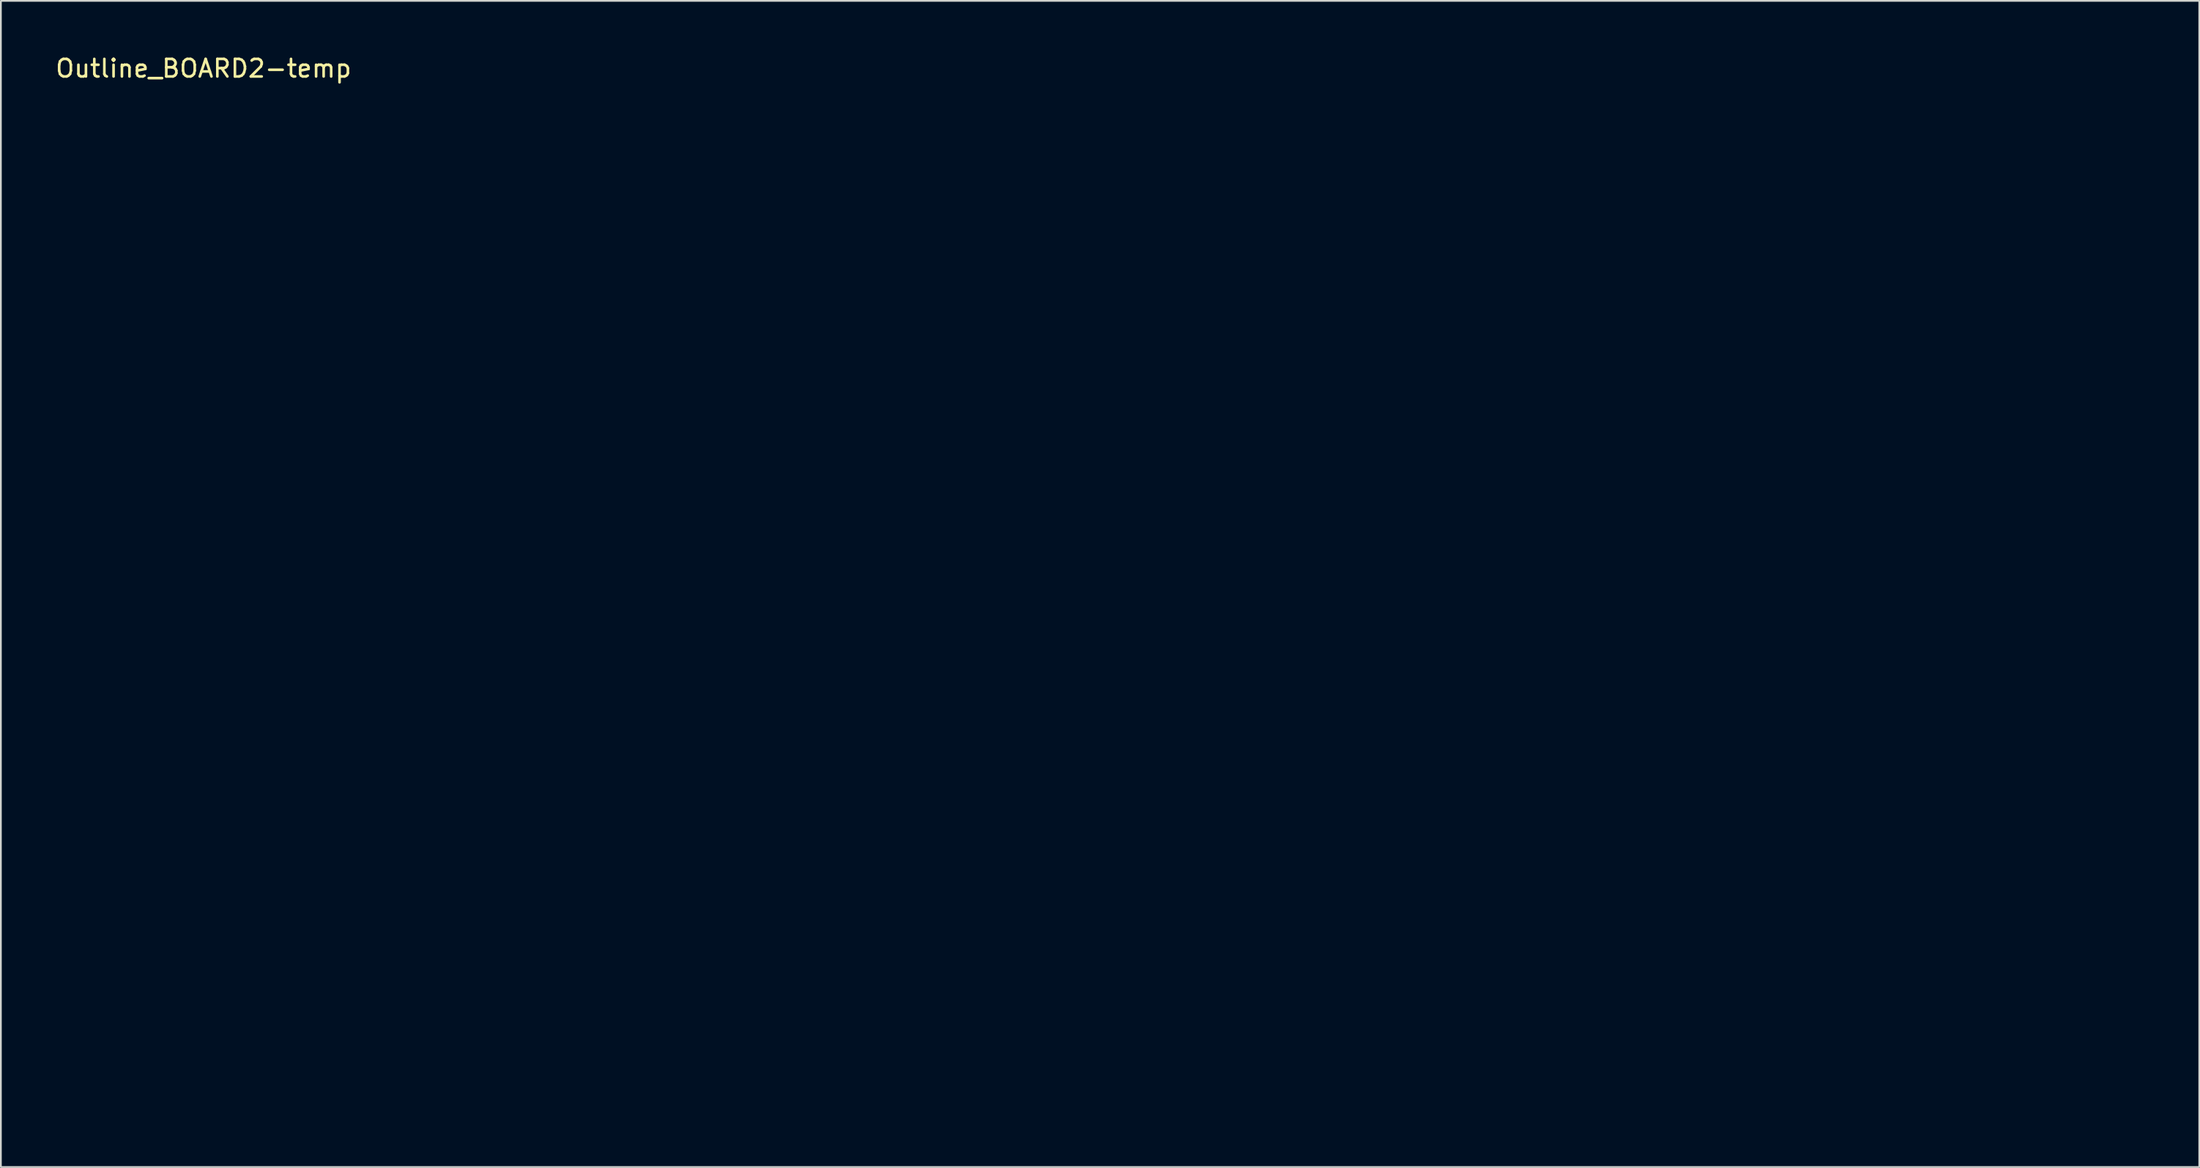
<source format=kicad_pcb>
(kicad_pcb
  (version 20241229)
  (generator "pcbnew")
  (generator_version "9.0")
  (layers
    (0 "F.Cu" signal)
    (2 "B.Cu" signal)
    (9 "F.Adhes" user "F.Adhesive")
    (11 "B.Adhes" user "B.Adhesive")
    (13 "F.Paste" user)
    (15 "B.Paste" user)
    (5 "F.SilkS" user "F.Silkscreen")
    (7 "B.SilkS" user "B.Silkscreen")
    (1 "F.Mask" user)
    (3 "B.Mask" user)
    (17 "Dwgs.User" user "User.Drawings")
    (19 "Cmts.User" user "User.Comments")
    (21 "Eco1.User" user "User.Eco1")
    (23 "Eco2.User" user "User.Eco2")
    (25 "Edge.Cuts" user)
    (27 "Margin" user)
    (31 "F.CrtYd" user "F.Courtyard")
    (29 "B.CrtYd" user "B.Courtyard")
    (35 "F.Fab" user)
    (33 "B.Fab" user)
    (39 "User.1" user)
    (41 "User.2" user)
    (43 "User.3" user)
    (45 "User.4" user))
  (footprint "Outline_BOARD2-temp"
    (layer "F.Cu")
    (at 8.53 1.348)
    (property "Reference" "Outline_BOARD2-temp" (at 0 -0.5 0) (unlocked yes) (layer "F.SilkS") (effects (font (size 1 1) (thickness 0.15))))
    (attr smd)
    (fp_line (start 0 7.5) (end 0 51.5) (stroke (width 0.1) (type solid)) (layer "User.1"))
    (fp_line (start 1 6.5) (end 3 6.5) (stroke (width 0.1) (type solid)) (layer "User.1"))
    (fp_line (start 1 52.5) (end 3 52.5) (stroke (width 0.1) (type solid)) (layer "User.1"))
    (fp_line (start 6.5 3) (end 6.5 1) (stroke (width 0.1) (type solid)) (layer "User.1"))
    (fp_line (start 6.5 56) (end 6.5 58) (stroke (width 0.1) (type solid)) (layer "User.1"))
    (fp_line (start 7.5 0) (end 101.5 0) (stroke (width 0.1) (type solid)) (layer "User.1"))
    (fp_line (start 7.5 59) (end 101.5 59) (stroke (width 0.1) (type solid)) (layer "User.1"))
    (fp_line (start 12.45 10.2) (end 12.45 12) (stroke (width 0.1) (type solid)) (layer "User.1"))
    (fp_line (start 12.45 19) (end 12.45 20.8) (stroke (width 0.1) (type solid)) (layer "User.1"))
    (fp_line (start 14.55 10.2) (end 12.45 10.2) (stroke (width 0.1) (type solid)) (layer "User.1"))
    (fp_line (start 14.55 10.2) (end 14.55 12) (stroke (width 0.1) (type solid)) (layer "User.1"))
    (fp_line (start 14.55 12) (end 12.45 12) (stroke (width 0.1) (type solid)) (layer "User.1"))
    (fp_line (start 14.55 19) (end 12.45 19) (stroke (width 0.1) (type solid)) (layer "User.1"))
    (fp_line (start 14.55 19) (end 14.55 20.8) (stroke (width 0.1) (type solid)) (layer "User.1"))
    (fp_line (start 14.55 20.8) (end 12.45 20.8) (stroke (width 0.1) (type solid)) (layer "User.1"))
    (fp_line (start 18.7 50.45) (end 19.3 50.45) (stroke (width 0.1) (type solid)) (layer "User.1"))
    (fp_line (start 18.7 51.55) (end 19.3 51.55) (stroke (width 0.1) (type solid)) (layer "User.1"))
    (fp_line (start 18.7 55.45) (end 19.3 55.45) (stroke (width 0.1) (type solid)) (layer "User.1"))
    (fp_line (start 18.7 56.55) (end 19.3 56.55) (stroke (width 0.1) (type solid)) (layer "User.1"))
    (fp_line (start 102.5 3) (end 102.5 1) (stroke (width 0.1) (type solid)) (layer "User.1"))
    (fp_line (start 102.5 56) (end 102.5 58) (stroke (width 0.1) (type solid)) (layer "User.1"))
    (fp_line (start 104.7 24.88) (end 105.8 24.88) (stroke (width 0.1) (type solid)) (layer "User.1"))
    (fp_line (start 104.7 25.48) (end 105.8 25.48) (stroke (width 0.1) (type solid)) (layer "User.1"))
    (fp_line (start 104.7 33.52) (end 105.8 33.52) (stroke (width 0.1) (type solid)) (layer "User.1"))
    (fp_line (start 104.7 34.12) (end 105.8 34.12) (stroke (width 0.1) (type solid)) (layer "User.1"))
    (fp_line (start 109 24.88) (end 109.8 24.88) (stroke (width 0.1) (type solid)) (layer "User.1"))
    (fp_line (start 109 25.48) (end 109.8 25.48) (stroke (width 0.1) (type solid)) (layer "User.1"))
    (fp_line (start 109 33.52) (end 109.8 33.52) (stroke (width 0.1) (type solid)) (layer "User.1"))
    (fp_line (start 109 34.12) (end 109.8 34.12) (stroke (width 0.1) (type solid)) (layer "User.1"))
    (fp_line (start 109.5 6.5) (end 106 6.5) (stroke (width 0.1) (type solid)) (layer "User.1"))
    (fp_line (start 109.5 52.5) (end 106 52.5) (stroke (width 0.1) (type solid)) (layer "User.1"))
    (fp_line (start 110.5 51.5) (end 110.5 7.5) (stroke (width 0.1) (type solid)) (layer "User.1"))
    (fp_arc (start 0 7.5) (mid 0.292878 6.792878) (end 1 6.5) (stroke (width 0.1) (type solid)) (layer "User.1"))
    (fp_arc (start 1 52.5) (mid 0.29288 52.207121) (end 0 51.5) (stroke (width 0.1) (type solid)) (layer "User.1"))
    (fp_arc (start 3 52.5) (mid 5.474825 53.525146) (end 6.5 56) (stroke (width 0.1) (type solid)) (layer "User.1"))
    (fp_arc (start 6.5 1) (mid 6.792878 0.292878) (end 7.5 0) (stroke (width 0.1) (type solid)) (layer "User.1"))
    (fp_arc (start 6.5 3) (mid 5.474894 5.474923) (end 3 6.5) (stroke (width 0.1) (type solid)) (layer "User.1"))
    (fp_arc (start 7.5 59) (mid 6.79288 58.707121) (end 6.5 58) (stroke (width 0.1) (type solid)) (layer "User.1"))
    (fp_arc (start 18.7 51.55) (mid 18.150002 51.00005) (end 18.7 50.45) (stroke (width 0.1) (type solid)) (layer "User.1"))
    (fp_arc (start 18.7 56.55) (mid 18.150002 56.00005) (end 18.7 55.45) (stroke (width 0.1) (type solid)) (layer "User.1"))
    (fp_arc (start 19.3 50.45) (mid 19.850002 51.00005) (end 19.3 51.55) (stroke (width 0.1) (type solid)) (layer "User.1"))
    (fp_arc (start 19.3 55.45) (mid 19.850002 56.00005) (end 19.3 56.55) (stroke (width 0.1) (type solid)) (layer "User.1"))
    (fp_arc (start 101.5 0) (mid 102.207058 0.292913) (end 102.5 1) (stroke (width 0.1) (type solid)) (layer "User.1"))
    (fp_arc (start 102.5 56) (mid 103.525111 53.525111) (end 106 52.5) (stroke (width 0.1) (type solid)) (layer "User.1"))
    (fp_arc (start 102.5 58) (mid 102.207127 58.707156) (end 101.5 59) (stroke (width 0.1) (type solid)) (layer "User.1"))
    (fp_arc (start 104.7 25.48) (mid 104.400002 25.18005) (end 104.7 24.88) (stroke (width 0.1) (type solid)) (layer "User.1"))
    (fp_arc (start 104.7 34.12) (mid 104.400002 33.82005) (end 104.7 33.52) (stroke (width 0.1) (type solid)) (layer "User.1"))
    (fp_arc (start 105.8 24.88) (mid 106.100002 25.18005) (end 105.8 25.48) (stroke (width 0.1) (type solid)) (layer "User.1"))
    (fp_arc (start 105.8 33.52) (mid 106.100002 33.82005) (end 105.8 34.12) (stroke (width 0.1) (type solid)) (layer "User.1"))
    (fp_arc (start 106 6.5) (mid 103.525113 5.474888) (end 102.5 3) (stroke (width 0.1) (type solid)) (layer "User.1"))
    (fp_arc (start 109 25.48) (mid 108.700002 25.18005) (end 109 24.88) (stroke (width 0.1) (type solid)) (layer "User.1"))
    (fp_arc (start 109 34.12) (mid 108.700002 33.82005) (end 109 33.52) (stroke (width 0.1) (type solid)) (layer "User.1"))
    (fp_arc (start 109.5 6.5) (mid 110.207058 6.792913) (end 110.5 7.5) (stroke (width 0.1) (type solid)) (layer "User.1"))
    (fp_arc (start 109.8 24.88) (mid 110.100002 25.18005) (end 109.8 25.48) (stroke (width 0.1) (type solid)) (layer "User.1"))
    (fp_arc (start 109.8 33.52) (mid 110.100002 33.82005) (end 109.8 34.12) (stroke (width 0.1) (type solid)) (layer "User.1"))
    (fp_arc (start 110.5 51.5) (mid 110.207127 52.207156) (end 109.5 52.5) (stroke (width 0.1) (type solid)) (layer "User.1"))
    (fp_circle (center 3 9) (end 4.2 9) (stroke (width 0.1) (type solid)) (fill no) (layer "User.1"))
    (fp_circle (center 3 44) (end 4.2 44) (stroke (width 0.1) (type solid)) (fill no) (layer "User.1"))
    (fp_circle (center 6.5 13) (end 7 13) (stroke (width 0.1) (type solid)) (fill no) (layer "User.1"))
    (fp_circle (center 6.5 15.5) (end 7 15.5) (stroke (width 0.1) (type solid)) (fill no) (layer "User.1"))
    (fp_circle (center 6.5 18) (end 7 18) (stroke (width 0.1) (type solid)) (fill no) (layer "User.1"))
    (fp_circle (center 8.45 32.8) (end 9.05 32.8) (stroke (width 0.1) (type solid)) (fill no) (layer "User.1"))
    (fp_circle (center 11.1 28) (end 11.55 28) (stroke (width 0.1) (type solid)) (fill no) (layer "User.1"))
    (fp_circle (center 11.1 31) (end 11.55 31) (stroke (width 0.1) (type solid)) (fill no) (layer "User.1"))
    (fp_circle (center 11.5 51) (end 12 51) (stroke (width 0.1) (type solid)) (fill no) (layer "User.1"))
    (fp_circle (center 11.5 56) (end 12 56) (stroke (width 0.1) (type solid)) (fill no) (layer "User.1"))
    (fp_circle (center 13.5 15.5) (end 13.627 15.5) (stroke (width 0.1) (type solid)) (fill no) (layer "User.1"))
    (fp_circle (center 14.3 28) (end 14.75 28) (stroke (width 0.1) (type solid)) (fill no) (layer "User.1"))
    (fp_circle (center 14.3 31) (end 14.75 31) (stroke (width 0.1) (type solid)) (fill no) (layer "User.1"))
    (fp_circle (center 14.5 53.5) (end 16.75 53.5) (stroke (width 0.1) (type solid)) (fill no) (layer "User.1"))
    (fp_circle (center 17.5 28) (end 17.95 28) (stroke (width 0.1) (type solid)) (fill no) (layer "User.1"))
    (fp_circle (center 17.5 31) (end 17.95 31) (stroke (width 0.1) (type solid)) (fill no) (layer "User.1"))
    (fp_circle (center 20.15 26.2) (end 20.75 26.2) (stroke (width 0.1) (type solid)) (fill no) (layer "User.1"))
    (fp_circle (center 36.5 3.5) (end 36.9 3.5) (stroke (width 0.1) (type solid)) (fill no) (layer "User.1"))
    (fp_circle (center 44.5 3.5) (end 44.9 3.5) (stroke (width 0.1) (type solid)) (fill no) (layer "User.1"))
    (fp_circle (center 98 3) (end 99.2 3) (stroke (width 0.1) (type solid)) (fill no) (layer "User.1"))
    (fp_circle (center 98 56) (end 99.2 56) (stroke (width 0.1) (type solid)) (fill no) (layer "User.1"))
    (fp_circle (center 101.3 12) (end 101.8 12) (stroke (width 0.1) (type solid)) (fill no) (layer "User.1"))
    (fp_circle (center 101.3 47) (end 101.8 47) (stroke (width 0.1) (type solid)) (fill no) (layer "User.1"))
    (fp_circle (center 108.3 12) (end 108.8 12) (stroke (width 0.1) (type solid)) (fill no) (layer "User.1"))
    (fp_circle (center 108.3 47) (end 108.8 47) (stroke (width 0.1) (type solid)) (fill no) (layer "User.1")))
  (gr_rect
    (start -3 -3)
    (end 122.08 63.398)
    (stroke (width 0.1) (type default))
    (fill no)
    (layer "Edge.Cuts")))
</source>
